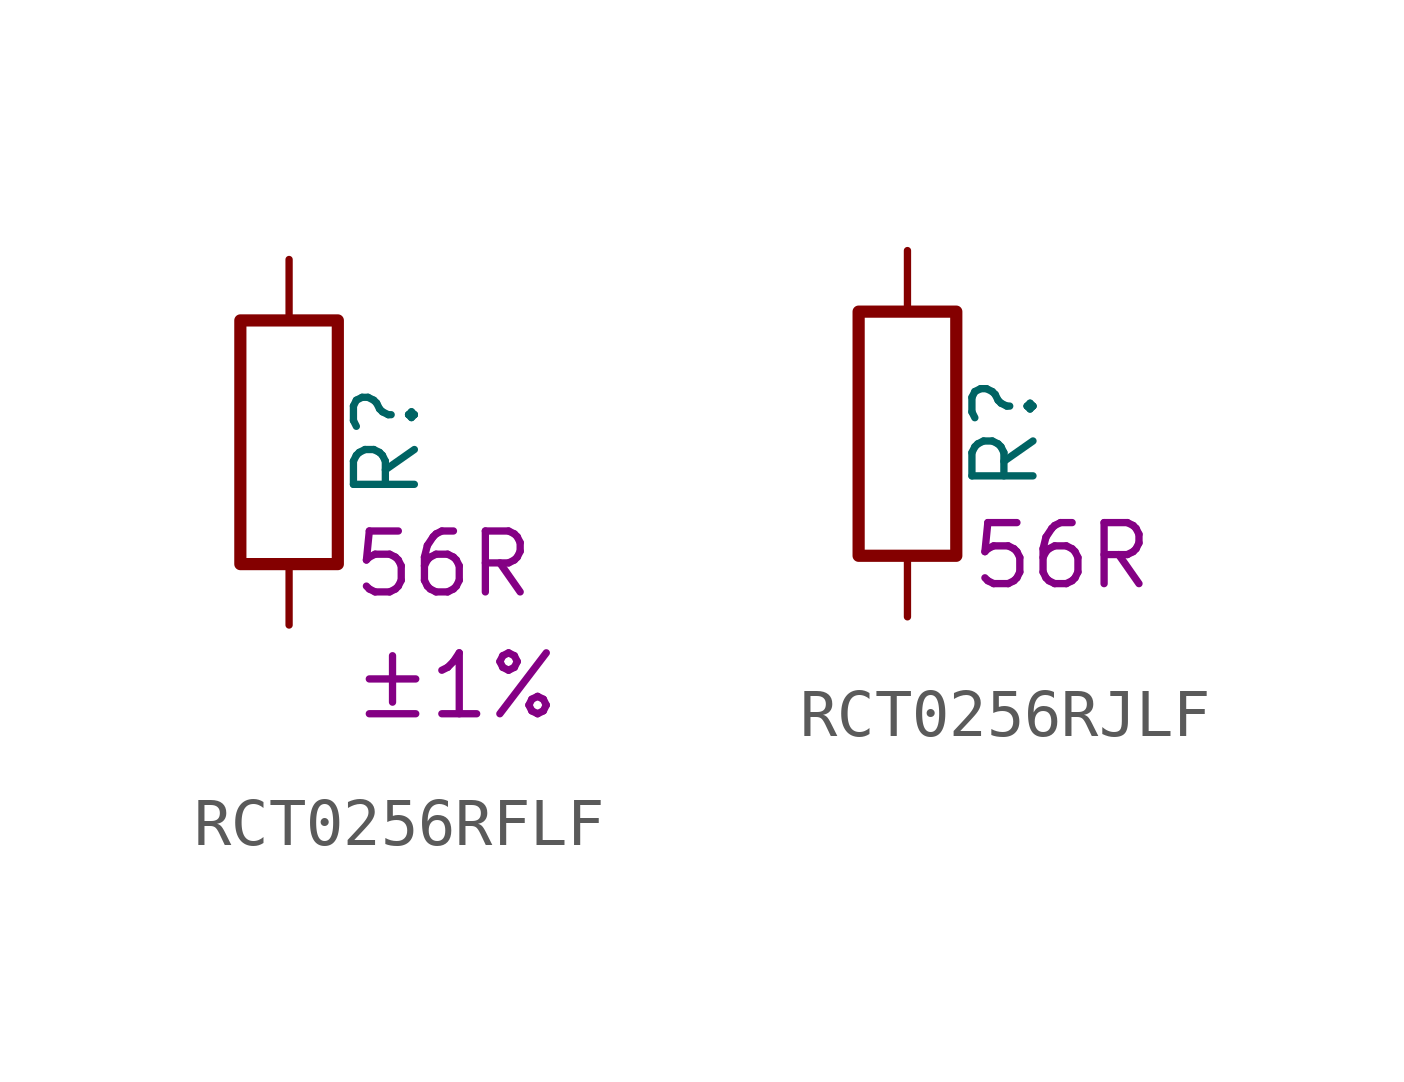
<source format=kicad_sym>
(kicad_symbol_lib
  (version 20220914)
  (generator kicad_symbol_editor)
  (symbol "RCT0256RFLF"
    (pin_numbers hide)
    (pin_names
      (offset 0))
    (property "Reference" "R"
      (at 2.032 0 90)
      (effects (font (size 1.27 1.27))))
    (property "Resistance" "56R"
      (at 1.27 -2.54 0)
      (effects (font (size 1.27 1.27)) (justify left)))
    (property "Tolerance" "±1%"
      (at 1.27 -5.08 0)
      (effects (font (size 1.27 1.27)) (justify left)))
    (symbol "RCT0256RFLF_0_1"
      (rectangle (start -1.016 -2.54) (end 1.016 2.54) (stroke (width 0.254) (type default)) (fill (type none))))
    (symbol "RCT0256RFLF_1_1"
      (pin passive line (at 0 3.81 270) (length 1.27) (name "~" (effects (font (size 1.27 1.27)))) (number "1" (effects (font (size 1.27 1.27)))))
      (pin passive line (at 0 -3.81 90) (length 1.27) (name "~" (effects (font (size 1.27 1.27)))) (number "2" (effects (font (size 1.27 1.27)))))))
  (symbol "RCT0256RJLF"
    (pin_numbers hide)
    (pin_names
      (offset 0))
    (property "Reference" "R"
      (at 2.032 0 90)
      (effects (font (size 1.27 1.27))))
    (property "Resistance" "56R"
      (at 1.27 -2.54 0)
      (effects (font (size 1.27 1.27)) (justify left)))
    (symbol "RCT0256RJLF_0_1"
      (rectangle (start -1.016 -2.54) (end 1.016 2.54) (stroke (width 0.254) (type default)) (fill (type none))))
    (symbol "RCT0256RJLF_1_1"
      (pin passive line (at 0 3.81 270) (length 1.27) (name "~" (effects (font (size 1.27 1.27)))) (number "1" (effects (font (size 1.27 1.27)))))
      (pin passive line (at 0 -3.81 90) (length 1.27) (name "~" (effects (font (size 1.27 1.27)))) (number "2" (effects (font (size 1.27 1.27))))))))
</source>
